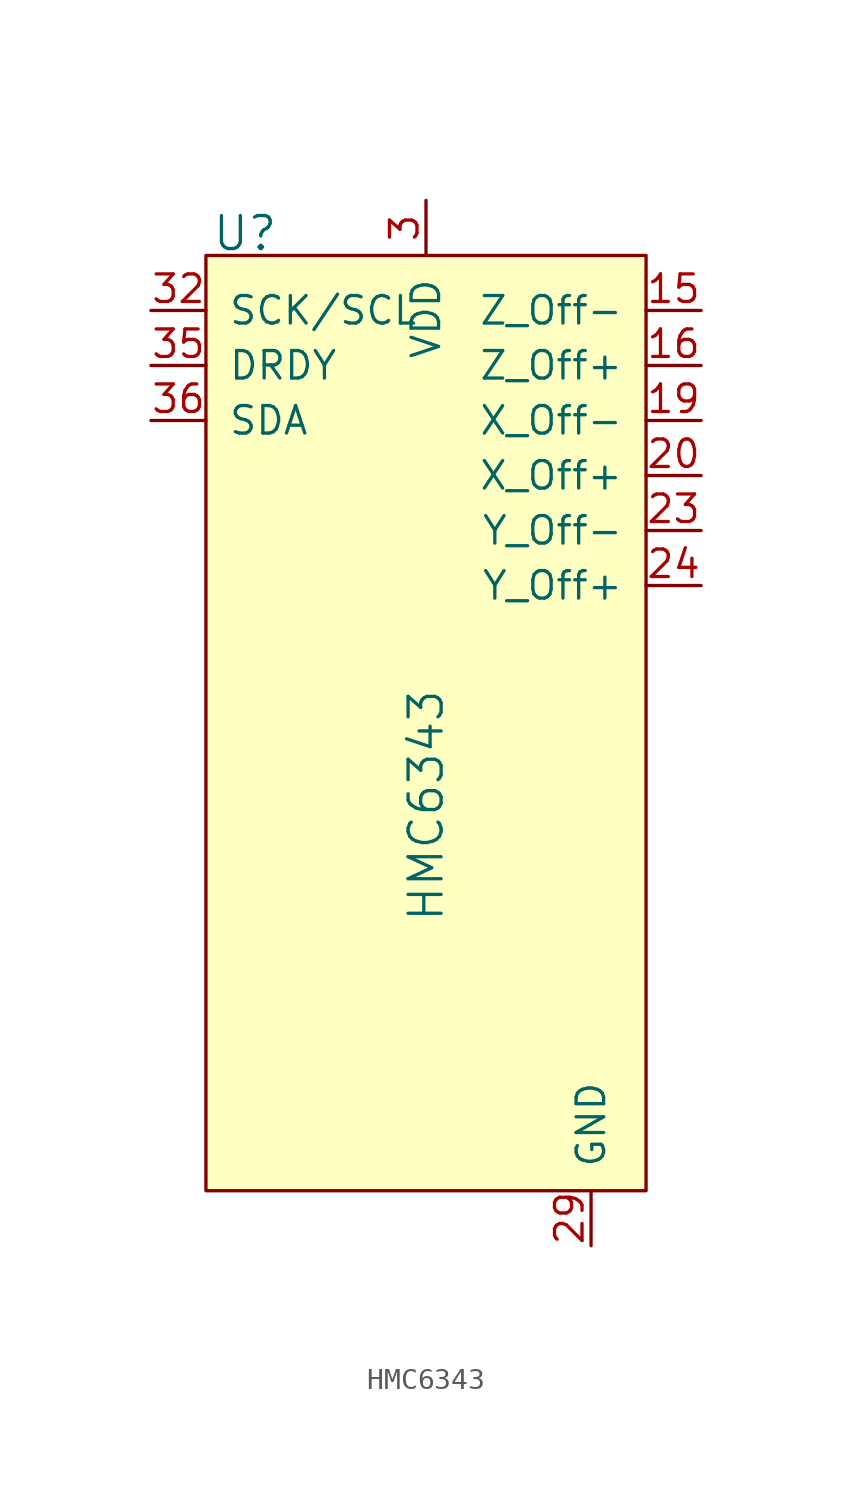
<source format=kicad_sym>
(kicad_symbol_lib
  (version 20201005)
  (generator kicad_symbol_editor)
  (symbol "HMC6343"
    (pin_names
      (offset 1.016))
    (property "Reference" "U"
      (at -9.906 18.796 0)
      (effects (font (size 1.524 1.524)) (justify left)))
    (property "Value" "HMC6343"
      (at 0 -7.62 90)
      (effects (font (size 1.524 1.524))))
    (symbol "HMC6343_0_1"
      (rectangle (start -10.16 17.78) (end 10.16 -25.4) (stroke (width 0)) (fill (type background))))
    (symbol "HMC6343_1_1"
      (pin no_connect line (at -10.16 7.62 0) (length 2.54) hide (name "NC" (effects (font (size 1.27 1.27)))) (number "1" (effects (font (size 1.27 1.27)))))
      (pin no_connect line (at -10.16 5.08 0) (length 2.54) hide (name "NC" (effects (font (size 1.27 1.27)))) (number "2" (effects (font (size 1.27 1.27)))))
      (pin power_in line (at 0 20.32 270) (length 2.54) (name "VDD" (effects (font (size 1.27 1.27)))) (number "3" (effects (font (size 1.27 1.27)))))
      (pin no_connect line (at -10.16 2.54 0) (length 2.54) hide (name "NC" (effects (font (size 1.27 1.27)))) (number "4" (effects (font (size 1.27 1.27)))))
      (pin no_connect line (at -10.16 0 0) (length 2.54) hide (name "NC" (effects (font (size 1.27 1.27)))) (number "5" (effects (font (size 1.27 1.27)))))
      (pin no_connect line (at -10.16 -2.54 0) (length 2.54) hide (name "NC" (effects (font (size 1.27 1.27)))) (number "6" (effects (font (size 1.27 1.27)))))
      (pin no_connect line (at -10.16 -5.08 0) (length 2.54) hide (name "NC" (effects (font (size 1.27 1.27)))) (number "7" (effects (font (size 1.27 1.27)))))
      (pin no_connect line (at -10.16 -7.62 0) (length 2.54) hide (name "NC" (effects (font (size 1.27 1.27)))) (number "8" (effects (font (size 1.27 1.27)))))
      (pin no_connect line (at -10.16 -10.16 0) (length 2.54) hide (name "NC" (effects (font (size 1.27 1.27)))) (number "9" (effects (font (size 1.27 1.27)))))
      (pin no_connect line (at -10.16 -12.7 0) (length 2.54) hide (name "NC" (effects (font (size 1.27 1.27)))) (number "10" (effects (font (size 1.27 1.27)))))
      (pin output line (at 12.7 7.62 180) (length 2.54) (name "X_Off+" (effects (font (size 1.27 1.27)))) (number "20" (effects (font (size 1.27 1.27)))))
      (pin no_connect line (at 10.16 -7.62 180) (length 2.54) hide (name "NC" (effects (font (size 1.27 1.27)))) (number "30" (effects (font (size 1.27 1.27)))))
      (pin no_connect line (at -10.16 -15.24 0) (length 2.54) hide (name "NC" (effects (font (size 1.27 1.27)))) (number "11" (effects (font (size 1.27 1.27)))))
      (pin no_connect line (at 2.54 -25.4 90) (length 2.54) hide (name "NC" (effects (font (size 1.27 1.27)))) (number "21" (effects (font (size 1.27 1.27)))))
      (pin no_connect line (at 10.16 -5.08 180) (length 2.54) hide (name "NC" (effects (font (size 1.27 1.27)))) (number "31" (effects (font (size 1.27 1.27)))))
      (pin no_connect line (at -10.16 -17.78 0) (length 2.54) hide (name "NC" (effects (font (size 1.27 1.27)))) (number "12" (effects (font (size 1.27 1.27)))))
      (pin no_connect line (at 5.08 -25.4 90) (length 2.54) hide (name "NC" (effects (font (size 1.27 1.27)))) (number "22" (effects (font (size 1.27 1.27)))))
      (pin input line (at -12.7 15.24 0) (length 2.54) (name "SCK/SCL" (effects (font (size 1.27 1.27)))) (number "32" (effects (font (size 1.27 1.27)))))
      (pin no_connect line (at -7.62 -25.4 90) (length 2.54) hide (name "NC" (effects (font (size 1.27 1.27)))) (number "13" (effects (font (size 1.27 1.27)))))
      (pin output line (at 12.7 5.08 180) (length 2.54) (name "Y_Off-" (effects (font (size 1.27 1.27)))) (number "23" (effects (font (size 1.27 1.27)))))
      (pin no_connect line (at 10.16 -2.54 180) (length 2.54) hide (name "NC" (effects (font (size 1.27 1.27)))) (number "33" (effects (font (size 1.27 1.27)))))
      (pin no_connect line (at -5.08 -25.4 90) (length 2.54) hide (name "NC" (effects (font (size 1.27 1.27)))) (number "14" (effects (font (size 1.27 1.27)))))
      (pin output line (at 12.7 2.54 180) (length 2.54) (name "Y_Off+" (effects (font (size 1.27 1.27)))) (number "24" (effects (font (size 1.27 1.27)))))
      (pin no_connect line (at 10.16 0 180) (length 2.54) hide (name "NC" (effects (font (size 1.27 1.27)))) (number "34" (effects (font (size 1.27 1.27)))))
      (pin output line (at 12.7 15.24 180) (length 2.54) (name "Z_Off-" (effects (font (size 1.27 1.27)))) (number "15" (effects (font (size 1.27 1.27)))))
      (pin no_connect line (at 10.16 -17.78 180) (length 2.54) hide (name "NC" (effects (font (size 1.27 1.27)))) (number "25" (effects (font (size 1.27 1.27)))))
      (pin input line (at -12.7 12.7 0) (length 2.54) (name "DRDY" (effects (font (size 1.27 1.27)))) (number "35" (effects (font (size 1.27 1.27)))))
      (pin output line (at 12.7 12.7 180) (length 2.54) (name "Z_Off+" (effects (font (size 1.27 1.27)))) (number "16" (effects (font (size 1.27 1.27)))))
      (pin no_connect line (at 10.16 -15.24 180) (length 2.54) hide (name "NC" (effects (font (size 1.27 1.27)))) (number "26" (effects (font (size 1.27 1.27)))))
      (pin input line (at -12.7 10.16 0) (length 2.54) (name "SDA" (effects (font (size 1.27 1.27)))) (number "36" (effects (font (size 1.27 1.27)))))
      (pin no_connect line (at -2.54 -25.4 90) (length 2.54) hide (name "NC" (effects (font (size 1.27 1.27)))) (number "17" (effects (font (size 1.27 1.27)))))
      (pin no_connect line (at 10.16 -12.7 180) (length 2.54) hide (name "NC" (effects (font (size 1.27 1.27)))) (number "27" (effects (font (size 1.27 1.27)))))
      (pin no_connect line (at 0 -25.4 90) (length 2.54) hide (name "NC" (effects (font (size 1.27 1.27)))) (number "18" (effects (font (size 1.27 1.27)))))
      (pin no_connect line (at 10.16 -10.16 180) (length 2.54) hide (name "NC" (effects (font (size 1.27 1.27)))) (number "28" (effects (font (size 1.27 1.27)))))
      (pin output line (at 12.7 10.16 180) (length 2.54) (name "X_Off-" (effects (font (size 1.27 1.27)))) (number "19" (effects (font (size 1.27 1.27)))))
      (pin power_in line (at 7.62 -27.94 90) (length 2.54) (name "GND" (effects (font (size 1.27 1.27)))) (number "29" (effects (font (size 1.27 1.27))))))))
</source>
